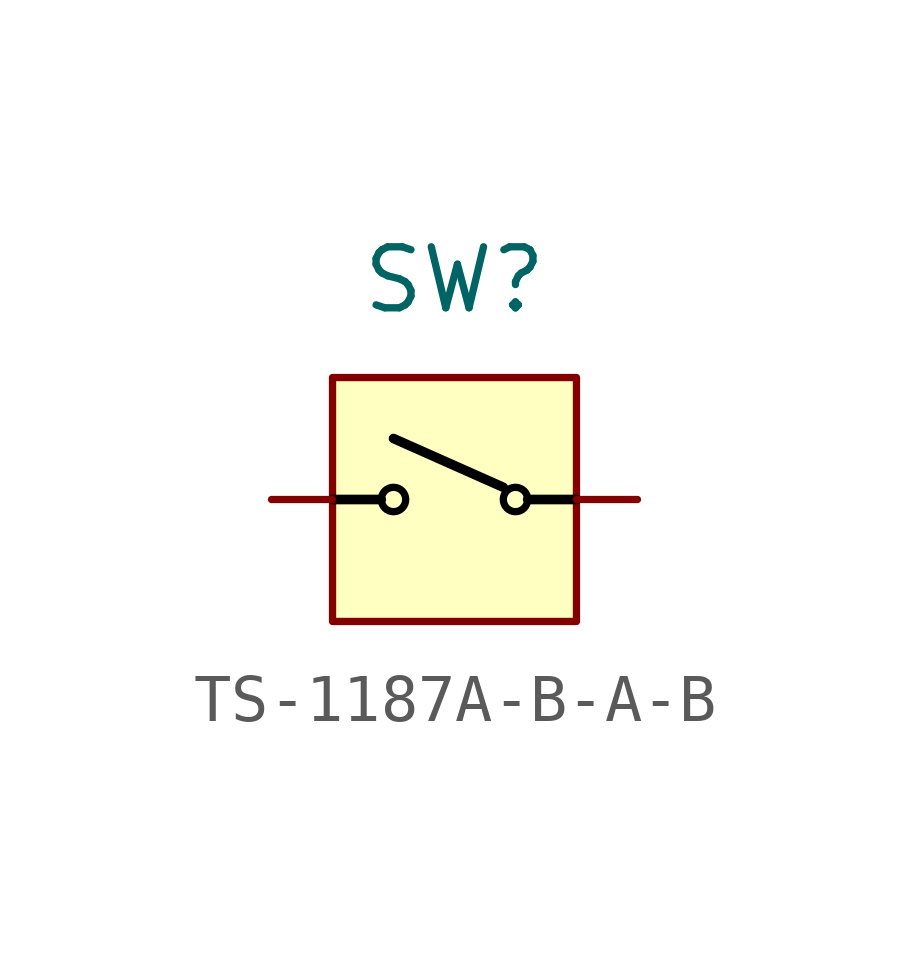
<source format=kicad_sym>
(kicad_symbol_lib
  (version 20231120)
  (generator "kicad_symbol_editor")
  (generator_version "8.0")
  (symbol "TS-1187A-B-A-B"
    (pin_numbers hide)
    (pin_names
      (offset 0) hide)
    (property "Reference" "SW"
      (at 0 4.572 0)
      (effects (font (size 1.27 1.27))))
    (symbol "TS-1187A-B-A-B_1_1"
      (rectangle (start -2.54 2.54) (end 2.54 -2.54) (stroke (width 0) (type default)) (fill (type background)))
      (circle (center -1.27 0) (radius 0.254) (stroke (width 0) (type default) (color 0 0 0 1)) (fill (type none)))
      (polyline (pts (xy -2.54 0) (xy -1.524 0)) (stroke (width 0.2) (type default) (color 0 0 0 1)) (fill (type none)))
      (polyline (pts (xy 1.016 0.254) (xy -1.27 1.27)) (stroke (width 0.2) (type default) (color 0 0 0 1)) (fill (type none)))
      (polyline (pts (xy 1.524 0) (xy 2.54 0)) (stroke (width 0.2) (type default) (color 0 0 0 1)) (fill (type none)))
      (circle (center 1.27 0) (radius 0.254) (stroke (width 0) (type default) (color 0 0 0 1)) (fill (type none)))
      (pin passive line (at -3.81 0 0) (length 1.27) (name "1" (effects (font (size 1.27 1.27)))) (number "A" (effects (font (size 1.27 1.27)))))
      (pin passive line (at 3.81 0 180) (length 1.27) (name "2" (effects (font (size 1.27 1.27)))) (number "B" (effects (font (size 1.27 1.27))))))))
</source>
